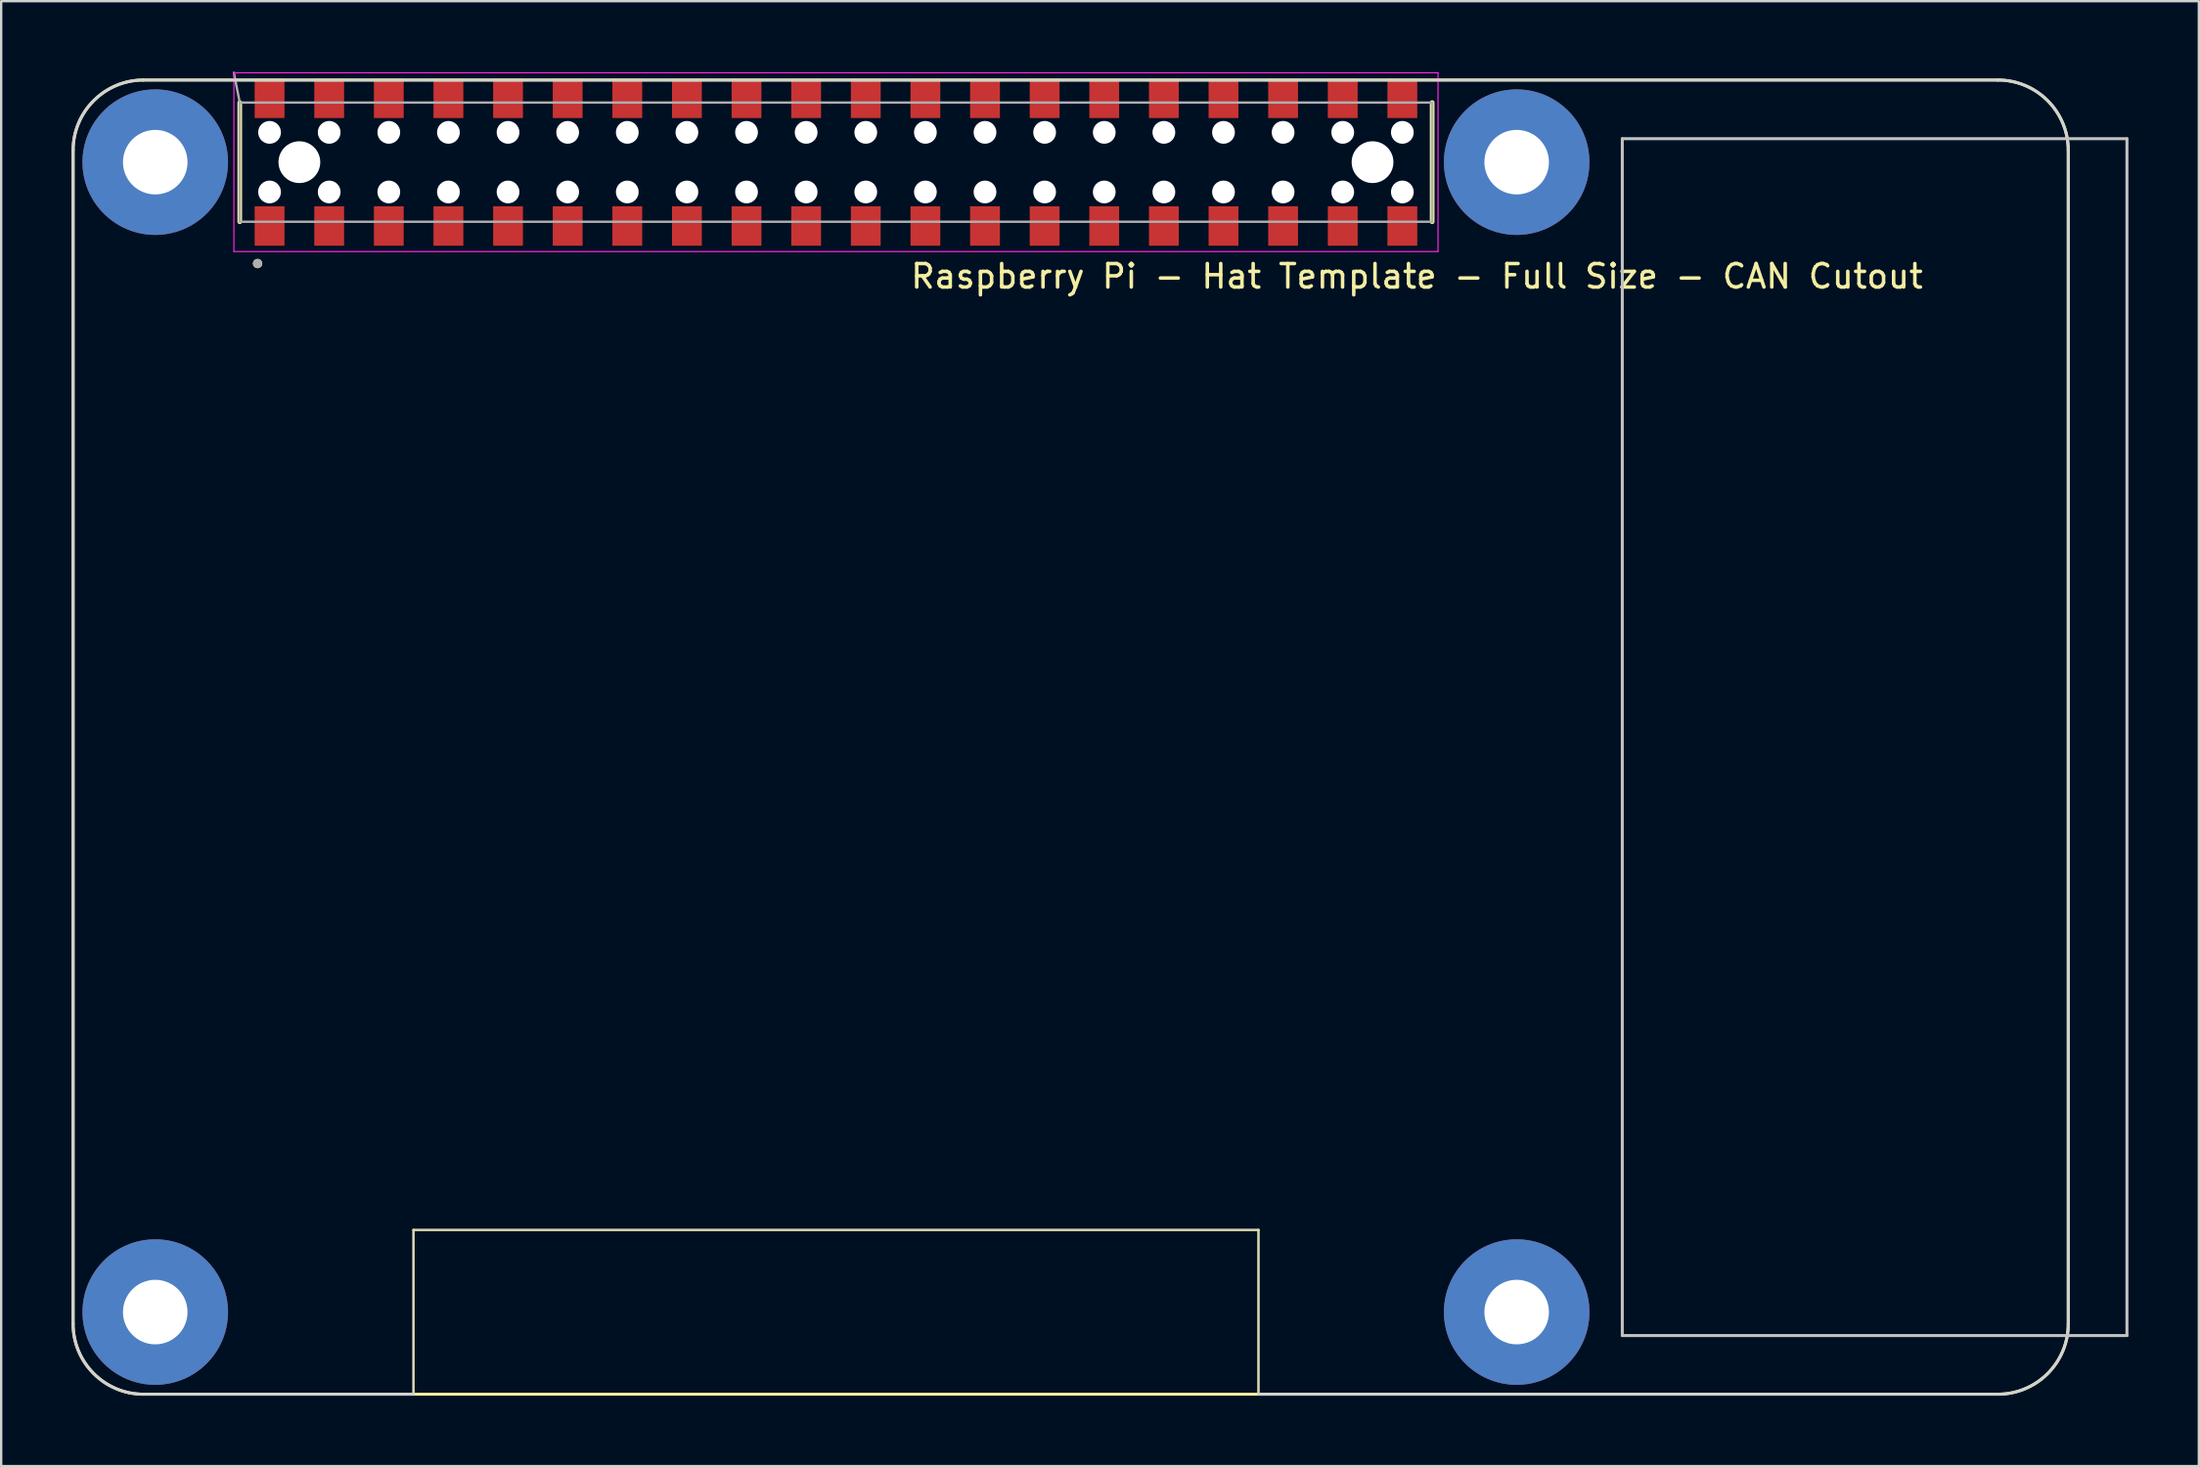
<source format=kicad_pcb>
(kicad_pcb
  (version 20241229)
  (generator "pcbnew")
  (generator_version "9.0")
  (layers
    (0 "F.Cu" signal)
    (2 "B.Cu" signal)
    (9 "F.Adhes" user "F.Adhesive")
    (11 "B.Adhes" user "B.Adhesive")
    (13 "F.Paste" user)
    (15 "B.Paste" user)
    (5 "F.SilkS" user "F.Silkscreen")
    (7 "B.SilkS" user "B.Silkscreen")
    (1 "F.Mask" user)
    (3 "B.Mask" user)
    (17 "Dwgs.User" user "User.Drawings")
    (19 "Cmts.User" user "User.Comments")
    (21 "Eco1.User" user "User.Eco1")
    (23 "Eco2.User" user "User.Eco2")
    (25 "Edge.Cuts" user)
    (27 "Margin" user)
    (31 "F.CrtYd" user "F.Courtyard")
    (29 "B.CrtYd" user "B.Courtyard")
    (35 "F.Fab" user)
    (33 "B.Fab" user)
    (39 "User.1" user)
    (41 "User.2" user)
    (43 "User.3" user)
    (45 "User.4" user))
  (footprint "Raspberry Pi - Hat Template - Full Size - CAN Cutout"
    (layer "F.Cu")
    (at 32.564 3.86)
    (property "Reference" "Raspberry Pi - Hat Template - Full Size - CAN Cutout" (at 24.75 4.864 0) (layer "F.SilkS") (effects (font (size 1 1) (thickness 0.15))))
    (attr through_hole)
    (fp_line (start -32.5 -0.5) (end -32.5 49.5) (stroke (width 0.127) (type solid)) (layer "F.SilkS"))
    (fp_line (start -29.5 52.5) (end 49.5 52.5) (stroke (width 0.127) (type solid)) (layer "F.SilkS"))
    (fp_line (start -25.4 2.54) (end -25.4 -2.54) (stroke (width 0.2) (type solid)) (layer "F.SilkS"))
    (fp_line (start -18 45.5) (end -18 52.5) (stroke (width 0.1) (type default)) (layer "F.SilkS"))
    (fp_line (start 18 45.5) (end -18 45.5) (stroke (width 0.1) (type default)) (layer "F.SilkS"))
    (fp_line (start 18 52.5) (end 18 45.5) (stroke (width 0.1) (type default)) (layer "F.SilkS"))
    (fp_line (start 25.4 2.54) (end 25.4 -2.54) (stroke (width 0.2) (type solid)) (layer "F.SilkS"))
    (fp_line (start 49.5 -3.5) (end -29.5 -3.5) (stroke (width 0.127) (type solid)) (layer "F.SilkS"))
    (fp_line (start 52.5 49.5) (end 52.5 -0.5) (stroke (width 0.127) (type solid)) (layer "F.SilkS"))
    (fp_arc (start -32.500001 -0.499999) (mid -31.621321 -2.62132) (end -29.499999 -3.5) (stroke (width 0.127) (type solid)) (layer "F.SilkS"))
    (fp_arc (start -29.5 52.5) (mid -31.621321 51.62132) (end -32.500001 49.499999) (stroke (width 0.127) (type solid)) (layer "F.SilkS"))
    (fp_arc (start 49.5 -3.5) (mid 51.62132 -2.62132) (end 52.5 -0.5) (stroke (width 0.127) (type solid)) (layer "F.SilkS"))
    (fp_arc (start 52.5 49.5) (mid 51.62132 51.62132) (end 49.5 52.5) (stroke (width 0.127) (type solid)) (layer "F.SilkS"))
    (fp_circle (center -24.64 4.32) (end -24.74 4.32) (stroke (width 0.2) (type solid)) (fill no) (layer "F.SilkS"))
    (fp_line (start 33.5 -1) (end 33.5 50) (stroke (width 0.127) (type solid)) (layer "Dwgs.User"))
    (fp_line (start 33.5 50) (end 55 50) (stroke (width 0.127) (type solid)) (layer "Dwgs.User"))
    (fp_line (start 55 -1) (end 33.5 -1) (stroke (width 0.127) (type solid)) (layer "Dwgs.User"))
    (fp_line (start 55 50) (end 55 -1) (stroke (width 0.127) (type solid)) (layer "Dwgs.User"))
    (fp_line (start -32.5 -0.5) (end -32.5 49.5) (stroke (width 0.127) (type solid)) (layer "Edge.Cuts"))
    (fp_line (start -29.5 52.5) (end -18 52.5) (stroke (width 0.127) (type solid)) (layer "Edge.Cuts"))
    (fp_line (start -18 45.5) (end 18 45.5) (stroke (width 0.05) (type default)) (layer "Edge.Cuts"))
    (fp_line (start -18 52.5) (end -18 45.5) (stroke (width 0.05) (type default)) (layer "Edge.Cuts"))
    (fp_line (start 18 45.5) (end 18 52.5) (stroke (width 0.05) (type default)) (layer "Edge.Cuts"))
    (fp_line (start 18 52.5) (end 49.5 52.5) (stroke (width 0.127) (type solid)) (layer "Edge.Cuts"))
    (fp_line (start 49.5 -3.5) (end -29.5 -3.5) (stroke (width 0.127) (type solid)) (layer "Edge.Cuts"))
    (fp_line (start 52.5 49.5) (end 52.5 -0.5) (stroke (width 0.127) (type solid)) (layer "Edge.Cuts"))
    (fp_arc (start -32.500001 -0.499999) (mid -31.621321 -2.62132) (end -29.5 -3.5) (stroke (width 0.127) (type solid)) (layer "Edge.Cuts"))
    (fp_arc (start -29.5 52.5) (mid -31.621321 51.62132) (end -32.500001 49.499999) (stroke (width 0.127) (type solid)) (layer "Edge.Cuts"))
    (fp_arc (start 49.5 -3.5) (mid 51.62132 -2.62132) (end 52.5 -0.5) (stroke (width 0.127) (type solid)) (layer "Edge.Cuts"))
    (fp_arc (start 52.5 49.5) (mid 51.62132 51.62132) (end 49.5 52.5) (stroke (width 0.127) (type solid)) (layer "Edge.Cuts"))
    (fp_line (start -25.65 -3.81) (end -25.65 3.81) (stroke (width 0.05) (type solid)) (layer "F.CrtYd"))
    (fp_line (start -25.65 3.81) (end 25.65 3.81) (stroke (width 0.05) (type solid)) (layer "F.CrtYd"))
    (fp_line (start 25.65 -3.81) (end -25.65 -3.81) (stroke (width 0.05) (type solid)) (layer "F.CrtYd"))
    (fp_line (start 25.65 3.81) (end 25.65 -3.81) (stroke (width 0.05) (type solid)) (layer "F.CrtYd"))
    (fp_line (start -25.4 -2.54) (end -25.65 -3.81) (stroke (width 0.1) (type default)) (layer "F.Fab"))
    (fp_line (start -25.4 -2.54) (end -25.4 2.54) (stroke (width 0.1) (type solid)) (layer "F.Fab"))
    (fp_line (start -25.4 2.54) (end 25.4 2.54) (stroke (width 0.1) (type solid)) (layer "F.Fab"))
    (fp_line (start 25.4 -2.54) (end -25.4 -2.54) (stroke (width 0.1) (type solid)) (layer "F.Fab"))
    (fp_line (start 25.4 2.54) (end 25.4 -2.54) (stroke (width 0.1) (type solid)) (layer "F.Fab"))
    (fp_circle (center -24.64 4.32) (end -24.74 4.32) (stroke (width 0.2) (type solid)) (fill no) (layer "F.Fab"))
    (pad "" np_thru_hole circle (at -24.13 -1.27) (size 0.97 0.97) (drill 0.97) (layers "*.Cu" "*.Mask"))
    (pad "" np_thru_hole circle (at -24.13 1.27) (size 0.97 0.97) (drill 0.97) (layers "*.Cu" "*.Mask"))
    (pad "" np_thru_hole circle (at -22.86 0) (size 1.78 1.78) (drill 1.78) (layers "*.Cu" "*.Mask"))
    (pad "" np_thru_hole circle (at -21.59 -1.27) (size 0.97 0.97) (drill 0.97) (layers "*.Cu" "*.Mask"))
    (pad "" np_thru_hole circle (at -21.59 1.27) (size 0.97 0.97) (drill 0.97) (layers "*.Cu" "*.Mask"))
    (pad "" np_thru_hole circle (at -19.05 -1.27) (size 0.97 0.97) (drill 0.97) (layers "*.Cu" "*.Mask"))
    (pad "" np_thru_hole circle (at -19.05 1.27) (size 0.97 0.97) (drill 0.97) (layers "*.Cu" "*.Mask"))
    (pad "" np_thru_hole circle (at -16.51 -1.27) (size 0.97 0.97) (drill 0.97) (layers "*.Cu" "*.Mask"))
    (pad "" np_thru_hole circle (at -16.51 1.27) (size 0.97 0.97) (drill 0.97) (layers "*.Cu" "*.Mask"))
    (pad "" np_thru_hole circle (at -13.97 -1.27) (size 0.97 0.97) (drill 0.97) (layers "*.Cu" "*.Mask"))
    (pad "" np_thru_hole circle (at -13.97 1.27) (size 0.97 0.97) (drill 0.97) (layers "*.Cu" "*.Mask"))
    (pad "" np_thru_hole circle (at -11.43 -1.27) (size 0.97 0.97) (drill 0.97) (layers "*.Cu" "*.Mask"))
    (pad "" np_thru_hole circle (at -11.43 1.27) (size 0.97 0.97) (drill 0.97) (layers "*.Cu" "*.Mask"))
    (pad "" np_thru_hole circle (at -8.89 -1.27) (size 0.97 0.97) (drill 0.97) (layers "*.Cu" "*.Mask"))
    (pad "" np_thru_hole circle (at -8.89 1.27) (size 0.97 0.97) (drill 0.97) (layers "*.Cu" "*.Mask"))
    (pad "" np_thru_hole circle (at -6.35 -1.27) (size 0.97 0.97) (drill 0.97) (layers "*.Cu" "*.Mask"))
    (pad "" np_thru_hole circle (at -6.35 1.27) (size 0.97 0.97) (drill 0.97) (layers "*.Cu" "*.Mask"))
    (pad "" np_thru_hole circle (at -3.81 -1.27) (size 0.97 0.97) (drill 0.97) (layers "*.Cu" "*.Mask"))
    (pad "" np_thru_hole circle (at -3.81 1.27) (size 0.97 0.97) (drill 0.97) (layers "*.Cu" "*.Mask"))
    (pad "" np_thru_hole circle (at -1.27 -1.27) (size 0.97 0.97) (drill 0.97) (layers "*.Cu" "*.Mask"))
    (pad "" np_thru_hole circle (at -1.27 1.27) (size 0.97 0.97) (drill 0.97) (layers "*.Cu" "*.Mask"))
    (pad "" np_thru_hole circle (at 1.27 -1.27) (size 0.97 0.97) (drill 0.97) (layers "*.Cu" "*.Mask"))
    (pad "" np_thru_hole circle (at 1.27 1.27) (size 0.97 0.97) (drill 0.97) (layers "*.Cu" "*.Mask"))
    (pad "" np_thru_hole circle (at 3.81 -1.27) (size 0.97 0.97) (drill 0.97) (layers "*.Cu" "*.Mask"))
    (pad "" np_thru_hole circle (at 3.81 1.27) (size 0.97 0.97) (drill 0.97) (layers "*.Cu" "*.Mask"))
    (pad "" np_thru_hole circle (at 6.35 -1.27) (size 0.97 0.97) (drill 0.97) (layers "*.Cu" "*.Mask"))
    (pad "" np_thru_hole circle (at 6.35 1.27) (size 0.97 0.97) (drill 0.97) (layers "*.Cu" "*.Mask"))
    (pad "" np_thru_hole circle (at 8.89 -1.27) (size 0.97 0.97) (drill 0.97) (layers "*.Cu" "*.Mask"))
    (pad "" np_thru_hole circle (at 8.89 1.27) (size 0.97 0.97) (drill 0.97) (layers "*.Cu" "*.Mask"))
    (pad "" np_thru_hole circle (at 11.43 -1.27) (size 0.97 0.97) (drill 0.97) (layers "*.Cu" "*.Mask"))
    (pad "" np_thru_hole circle (at 11.43 1.27) (size 0.97 0.97) (drill 0.97) (layers "*.Cu" "*.Mask"))
    (pad "" np_thru_hole circle (at 13.97 -1.27) (size 0.97 0.97) (drill 0.97) (layers "*.Cu" "*.Mask"))
    (pad "" np_thru_hole circle (at 13.97 1.27) (size 0.97 0.97) (drill 0.97) (layers "*.Cu" "*.Mask"))
    (pad "" np_thru_hole circle (at 16.51 -1.27) (size 0.97 0.97) (drill 0.97) (layers "*.Cu" "*.Mask"))
    (pad "" np_thru_hole circle (at 16.51 1.27) (size 0.97 0.97) (drill 0.97) (layers "*.Cu" "*.Mask"))
    (pad "" np_thru_hole circle (at 19.05 -1.27) (size 0.97 0.97) (drill 0.97) (layers "*.Cu" "*.Mask"))
    (pad "" np_thru_hole circle (at 19.05 1.27) (size 0.97 0.97) (drill 0.97) (layers "*.Cu" "*.Mask"))
    (pad "" np_thru_hole circle (at 21.59 -1.27) (size 0.97 0.97) (drill 0.97) (layers "*.Cu" "*.Mask"))
    (pad "" np_thru_hole circle (at 21.59 1.27) (size 0.97 0.97) (drill 0.97) (layers "*.Cu" "*.Mask"))
    (pad "" np_thru_hole circle (at 22.86 0) (size 1.78 1.78) (drill 1.78) (layers "*.Cu" "*.Mask"))
    (pad "" np_thru_hole circle (at 24.13 -1.27) (size 0.97 0.97) (drill 0.97) (layers "*.Cu" "*.Mask"))
    (pad "" np_thru_hole circle (at 24.13 1.27) (size 0.97 0.97) (drill 0.97) (layers "*.Cu" "*.Mask"))
    (pad "01" smd rect (at -24.13 2.72) (size 1.27 1.68) (layers "F.Cu" "F.Mask" "F.Paste"))
    (pad "02" smd rect (at -24.13 -2.72) (size 1.27 1.68) (layers "F.Cu" "F.Mask" "F.Paste"))
    (pad "03" smd rect (at -21.59 2.72) (size 1.27 1.68) (layers "F.Cu" "F.Mask" "F.Paste"))
    (pad "04" smd rect (at -21.59 -2.72) (size 1.27 1.68) (layers "F.Cu" "F.Mask" "F.Paste"))
    (pad "05" smd rect (at -19.05 2.72) (size 1.27 1.68) (layers "F.Cu" "F.Mask" "F.Paste"))
    (pad "06" smd rect (at -19.05 -2.72) (size 1.27 1.68) (layers "F.Cu" "F.Mask" "F.Paste"))
    (pad "07" smd rect (at -16.51 2.72) (size 1.27 1.68) (layers "F.Cu" "F.Mask" "F.Paste"))
    (pad "08" smd rect (at -16.51 -2.72) (size 1.27 1.68) (layers "F.Cu" "F.Mask" "F.Paste"))
    (pad "09" smd rect (at -13.97 2.72) (size 1.27 1.68) (layers "F.Cu" "F.Mask" "F.Paste"))
    (pad "10" smd rect (at -13.97 -2.72) (size 1.27 1.68) (layers "F.Cu" "F.Mask" "F.Paste"))
    (pad "11" smd rect (at -11.43 2.72) (size 1.27 1.68) (layers "F.Cu" "F.Mask" "F.Paste"))
    (pad "12" smd rect (at -11.43 -2.72) (size 1.27 1.68) (layers "F.Cu" "F.Mask" "F.Paste"))
    (pad "13" smd rect (at -8.89 2.72) (size 1.27 1.68) (layers "F.Cu" "F.Mask" "F.Paste"))
    (pad "14" smd rect (at -8.89 -2.72) (size 1.27 1.68) (layers "F.Cu" "F.Mask" "F.Paste"))
    (pad "15" smd rect (at -6.35 2.72) (size 1.27 1.68) (layers "F.Cu" "F.Mask" "F.Paste"))
    (pad "16" smd rect (at -6.35 -2.72) (size 1.27 1.68) (layers "F.Cu" "F.Mask" "F.Paste"))
    (pad "17" smd rect (at -3.81 2.72) (size 1.27 1.68) (layers "F.Cu" "F.Mask" "F.Paste"))
    (pad "18" smd rect (at -3.81 -2.72) (size 1.27 1.68) (layers "F.Cu" "F.Mask" "F.Paste"))
    (pad "19" smd rect (at -1.27 2.72) (size 1.27 1.68) (layers "F.Cu" "F.Mask" "F.Paste"))
    (pad "20" smd rect (at -1.27 -2.72) (size 1.27 1.68) (layers "F.Cu" "F.Mask" "F.Paste"))
    (pad "21" smd rect (at 1.27 2.72) (size 1.27 1.68) (layers "F.Cu" "F.Mask" "F.Paste"))
    (pad "22" smd rect (at 1.27 -2.72) (size 1.27 1.68) (layers "F.Cu" "F.Mask" "F.Paste"))
    (pad "23" smd rect (at 3.81 2.72) (size 1.27 1.68) (layers "F.Cu" "F.Mask" "F.Paste"))
    (pad "24" smd rect (at 3.81 -2.72) (size 1.27 1.68) (layers "F.Cu" "F.Mask" "F.Paste"))
    (pad "25" smd rect (at 6.35 2.72) (size 1.27 1.68) (layers "F.Cu" "F.Mask" "F.Paste"))
    (pad "26" smd rect (at 6.35 -2.72) (size 1.27 1.68) (layers "F.Cu" "F.Mask" "F.Paste"))
    (pad "27" smd rect (at 8.89 2.72) (size 1.27 1.68) (layers "F.Cu" "F.Mask" "F.Paste"))
    (pad "28" smd rect (at 8.89 -2.72) (size 1.27 1.68) (layers "F.Cu" "F.Mask" "F.Paste"))
    (pad "29" smd rect (at 11.43 2.72) (size 1.27 1.68) (layers "F.Cu" "F.Mask" "F.Paste"))
    (pad "30" smd rect (at 11.43 -2.72) (size 1.27 1.68) (layers "F.Cu" "F.Mask" "F.Paste"))
    (pad "31" smd rect (at 13.97 2.72) (size 1.27 1.68) (layers "F.Cu" "F.Mask" "F.Paste"))
    (pad "32" smd rect (at 13.97 -2.72) (size 1.27 1.68) (layers "F.Cu" "F.Mask" "F.Paste"))
    (pad "33" smd rect (at 16.51 2.72) (size 1.27 1.68) (layers "F.Cu" "F.Mask" "F.Paste"))
    (pad "34" smd rect (at 16.51 -2.72) (size 1.27 1.68) (layers "F.Cu" "F.Mask" "F.Paste"))
    (pad "35" smd rect (at 19.05 2.72) (size 1.27 1.68) (layers "F.Cu" "F.Mask" "F.Paste"))
    (pad "36" smd rect (at 19.05 -2.72) (size 1.27 1.68) (layers "F.Cu" "F.Mask" "F.Paste"))
    (pad "37" smd rect (at 21.59 2.72) (size 1.27 1.68) (layers "F.Cu" "F.Mask" "F.Paste"))
    (pad "38" smd rect (at 21.59 -2.72) (size 1.27 1.68) (layers "F.Cu" "F.Mask" "F.Paste"))
    (pad "39" smd rect (at 24.13 2.72) (size 1.27 1.68) (layers "F.Cu" "F.Mask" "F.Paste"))
    (pad "40" smd rect (at 24.13 -2.72) (size 1.27 1.68) (layers "F.Cu" "F.Mask" "F.Paste"))
    (pad "S1" thru_hole circle (at -29 0) (size 6.2 6.2) (drill 2.75) (layers "*.Cu" "*.Mask"))
    (pad "S2" thru_hole circle (at 29 0) (size 6.2 6.2) (drill 2.75) (layers "*.Cu" "*.Mask"))
    (pad "S3" thru_hole circle (at 29 49) (size 6.2 6.2) (drill 2.75) (layers "*.Cu" "*.Mask"))
    (pad "S4" thru_hole circle (at -29 49) (size 6.2 6.2) (drill 2.75) (layers "*.Cu" "*.Mask")))
  (gr_rect
    (start -3 -3)
    (end 90.627 59.423)
    (stroke (width 0.1) (type default))
    (fill no)
    (layer "Edge.Cuts")))
</source>
